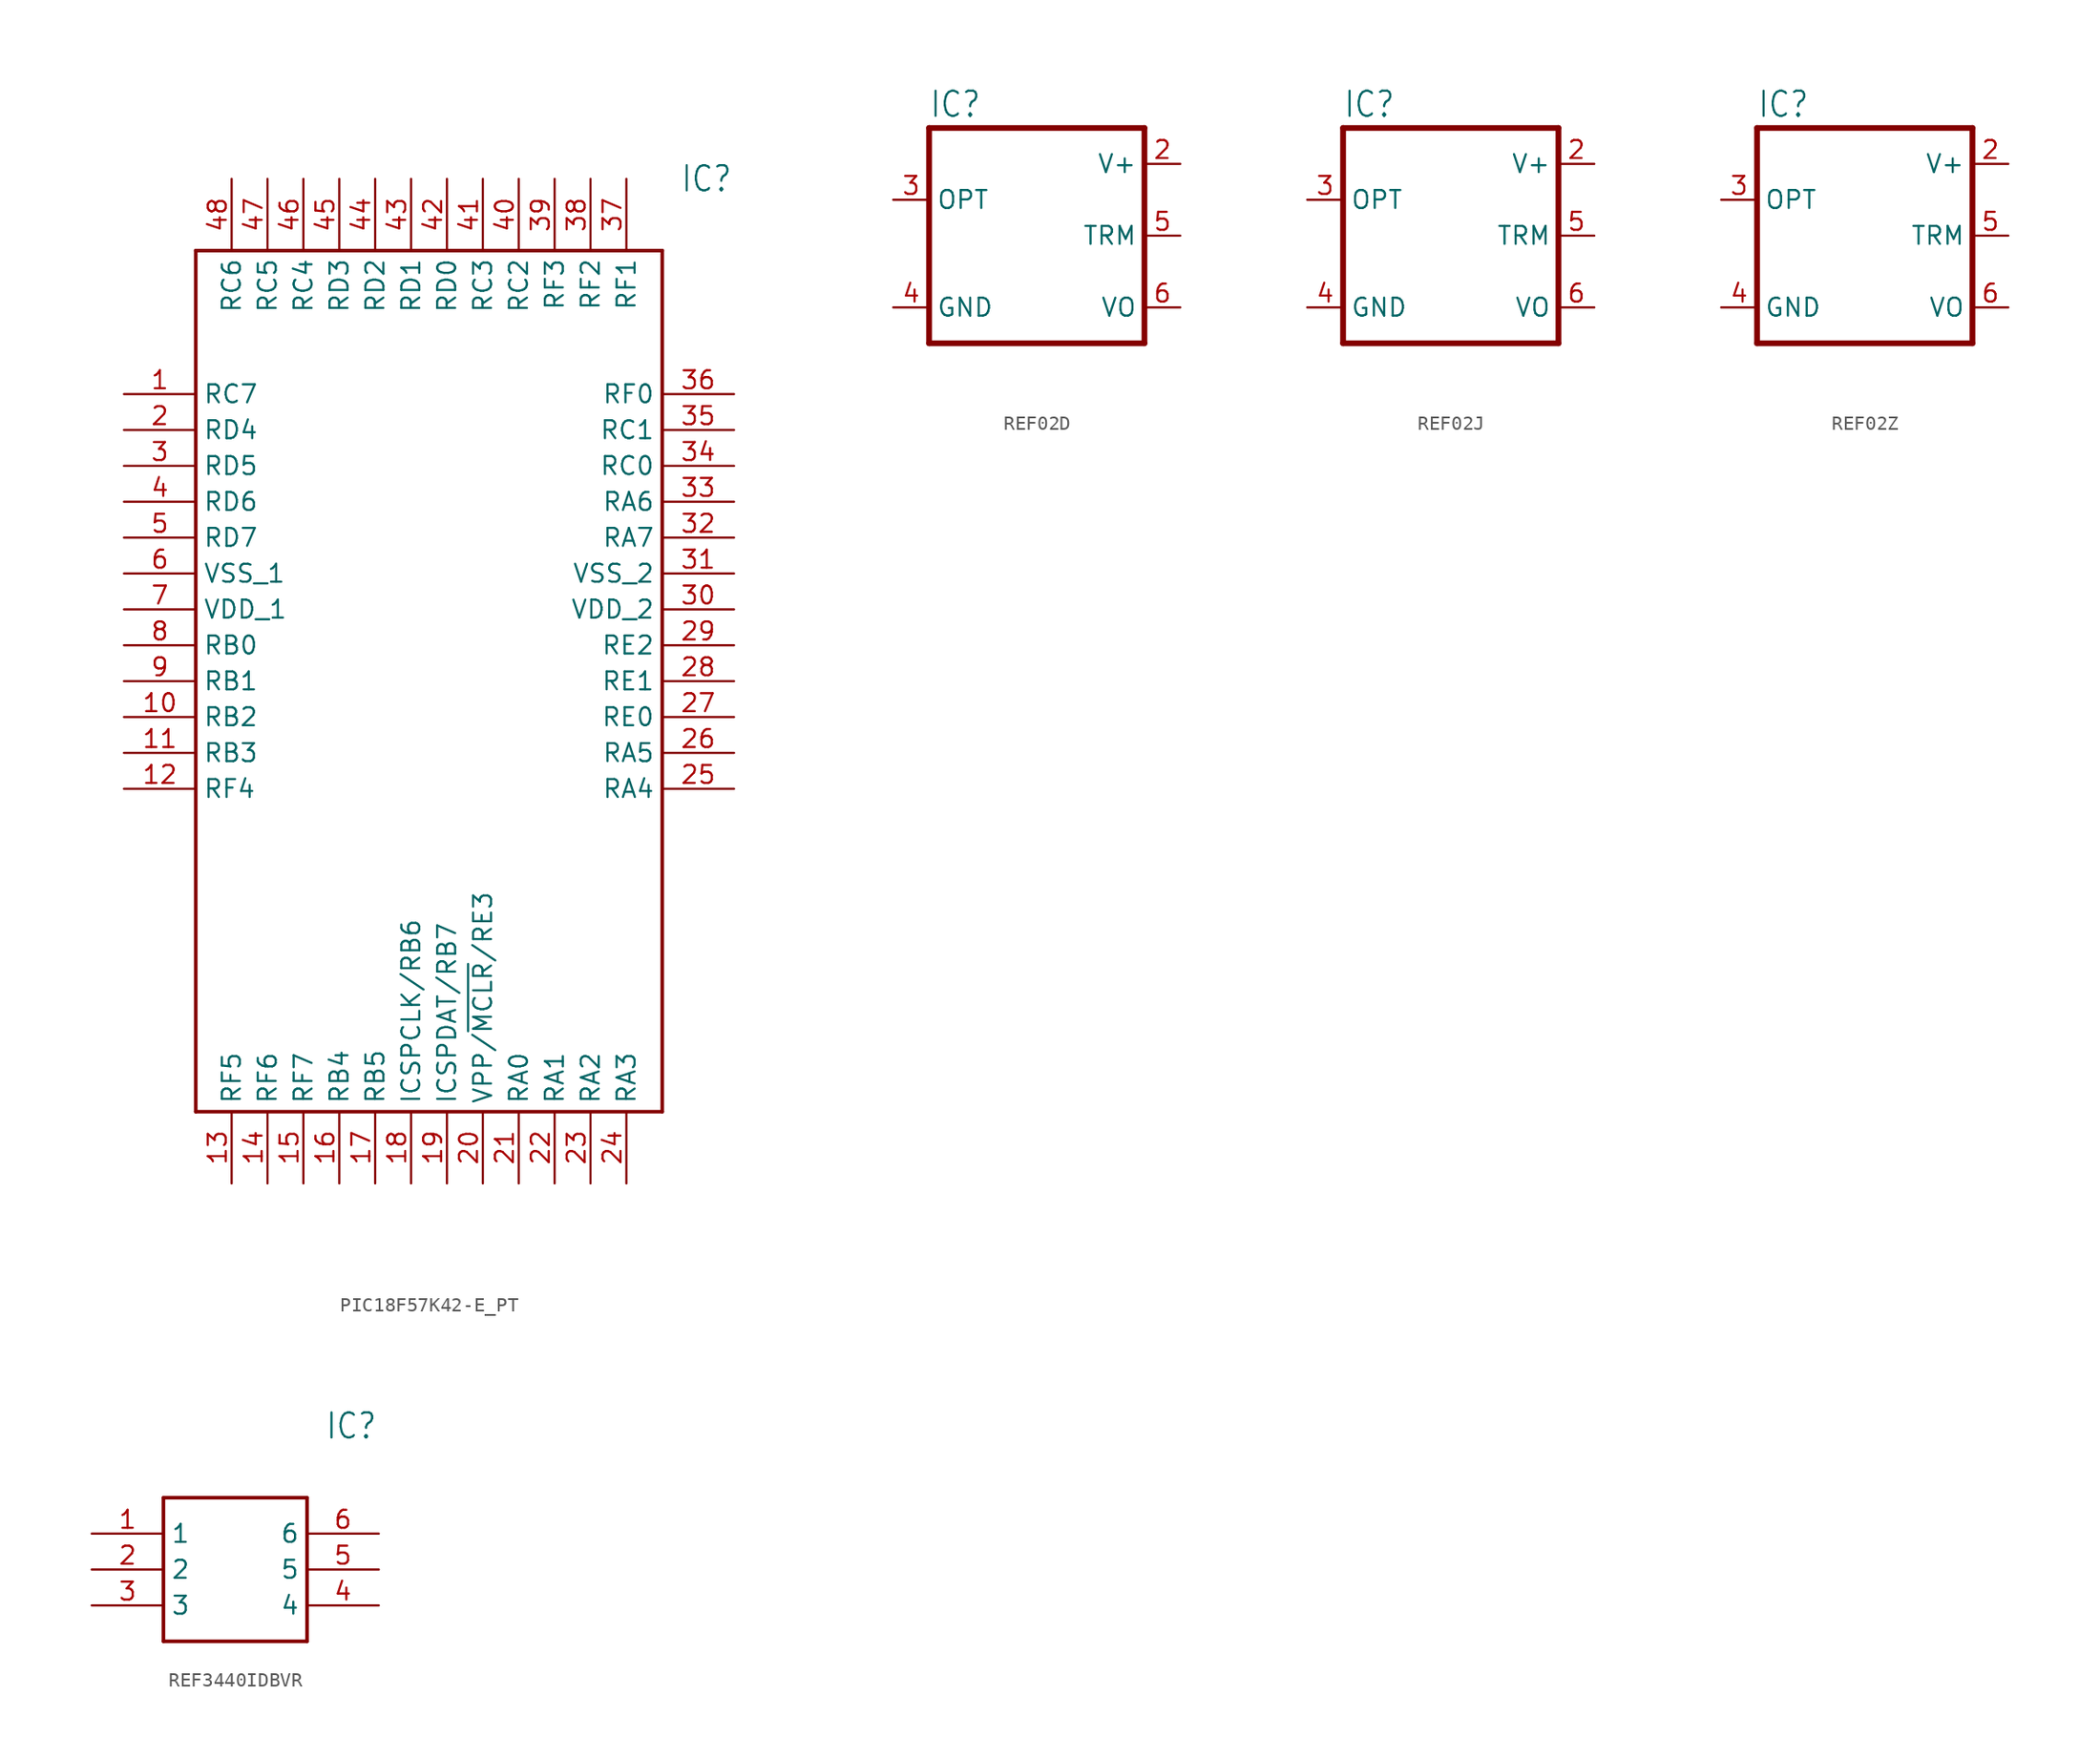
<source format=kicad_sym>
(kicad_symbol_lib
  (version 20231120)
  (generator "kicad_symbol_editor")
  (generator_version "8.0")
  (symbol "PIC18F57K42-E_PT"
    (property "Reference" "IC"
      (at 39.37 15.24 0)
      (effects (font (size 1.778 1.511)) (justify left)))
    (property "Value" ""
      (at 39.37 12.7 0)
      (effects (font (size 1.778 1.511)) (justify left)))
    (property "ki_locked" ""
      (at 0 0 0)
      (effects (font (size 1.27 1.27))))
    (symbol "PIC18F57K42-E_PT_1_0"
      (polyline (pts (xy 5.08 10.16) (xy 5.08 -50.8)) (stroke (width 0.254) (type solid)) (fill (type none)))
      (polyline (pts (xy 5.08 10.16) (xy 38.1 10.16)) (stroke (width 0.254) (type solid)) (fill (type none)))
      (polyline (pts (xy 38.1 -50.8) (xy 5.08 -50.8)) (stroke (width 0.254) (type solid)) (fill (type none)))
      (polyline (pts (xy 38.1 -50.8) (xy 38.1 10.16)) (stroke (width 0.254) (type solid)) (fill (type none)))
      (pin bidirectional line (at 0 0 0) (length 5.08) (name "RC7" (effects (font (size 1.27 1.27)))) (number "1" (effects (font (size 1.27 1.27)))))
      (pin bidirectional line (at 0 -22.86 0) (length 5.08) (name "RB2" (effects (font (size 1.27 1.27)))) (number "10" (effects (font (size 1.27 1.27)))))
      (pin bidirectional line (at 0 -25.4 0) (length 5.08) (name "RB3" (effects (font (size 1.27 1.27)))) (number "11" (effects (font (size 1.27 1.27)))))
      (pin bidirectional line (at 0 -27.94 0) (length 5.08) (name "RF4" (effects (font (size 1.27 1.27)))) (number "12" (effects (font (size 1.27 1.27)))))
      (pin bidirectional line (at 7.62 -55.88 90) (length 5.08) (name "RF5" (effects (font (size 1.27 1.27)))) (number "13" (effects (font (size 1.27 1.27)))))
      (pin bidirectional line (at 10.16 -55.88 90) (length 5.08) (name "RF6" (effects (font (size 1.27 1.27)))) (number "14" (effects (font (size 1.27 1.27)))))
      (pin bidirectional line (at 12.7 -55.88 90) (length 5.08) (name "RF7" (effects (font (size 1.27 1.27)))) (number "15" (effects (font (size 1.27 1.27)))))
      (pin bidirectional line (at 15.24 -55.88 90) (length 5.08) (name "RB4" (effects (font (size 1.27 1.27)))) (number "16" (effects (font (size 1.27 1.27)))))
      (pin bidirectional line (at 17.78 -55.88 90) (length 5.08) (name "RB5" (effects (font (size 1.27 1.27)))) (number "17" (effects (font (size 1.27 1.27)))))
      (pin bidirectional line (at 20.32 -55.88 90) (length 5.08) (name "ICSPCLK/RB6" (effects (font (size 1.27 1.27)))) (number "18" (effects (font (size 1.27 1.27)))))
      (pin bidirectional line (at 22.86 -55.88 90) (length 5.08) (name "ICSPDAT/RB7" (effects (font (size 1.27 1.27)))) (number "19" (effects (font (size 1.27 1.27)))))
      (pin bidirectional line (at 0 -2.54 0) (length 5.08) (name "RD4" (effects (font (size 1.27 1.27)))) (number "2" (effects (font (size 1.27 1.27)))))
      (pin bidirectional line (at 25.4 -55.88 90) (length 5.08) (name "VPP/~{MCLR}/RE3" (effects (font (size 1.27 1.27)))) (number "20" (effects (font (size 1.27 1.27)))))
      (pin bidirectional line (at 27.94 -55.88 90) (length 5.08) (name "RA0" (effects (font (size 1.27 1.27)))) (number "21" (effects (font (size 1.27 1.27)))))
      (pin bidirectional line (at 30.48 -55.88 90) (length 5.08) (name "RA1" (effects (font (size 1.27 1.27)))) (number "22" (effects (font (size 1.27 1.27)))))
      (pin bidirectional line (at 33.02 -55.88 90) (length 5.08) (name "RA2" (effects (font (size 1.27 1.27)))) (number "23" (effects (font (size 1.27 1.27)))))
      (pin bidirectional line (at 35.56 -55.88 90) (length 5.08) (name "RA3" (effects (font (size 1.27 1.27)))) (number "24" (effects (font (size 1.27 1.27)))))
      (pin bidirectional line (at 43.18 -27.94 180) (length 5.08) (name "RA4" (effects (font (size 1.27 1.27)))) (number "25" (effects (font (size 1.27 1.27)))))
      (pin bidirectional line (at 43.18 -25.4 180) (length 5.08) (name "RA5" (effects (font (size 1.27 1.27)))) (number "26" (effects (font (size 1.27 1.27)))))
      (pin bidirectional line (at 43.18 -22.86 180) (length 5.08) (name "RE0" (effects (font (size 1.27 1.27)))) (number "27" (effects (font (size 1.27 1.27)))))
      (pin bidirectional line (at 43.18 -20.32 180) (length 5.08) (name "RE1" (effects (font (size 1.27 1.27)))) (number "28" (effects (font (size 1.27 1.27)))))
      (pin bidirectional line (at 43.18 -17.78 180) (length 5.08) (name "RE2" (effects (font (size 1.27 1.27)))) (number "29" (effects (font (size 1.27 1.27)))))
      (pin bidirectional line (at 0 -5.08 0) (length 5.08) (name "RD5" (effects (font (size 1.27 1.27)))) (number "3" (effects (font (size 1.27 1.27)))))
      (pin bidirectional line (at 43.18 -15.24 180) (length 5.08) (name "VDD_2" (effects (font (size 1.27 1.27)))) (number "30" (effects (font (size 1.27 1.27)))))
      (pin bidirectional line (at 43.18 -12.7 180) (length 5.08) (name "VSS_2" (effects (font (size 1.27 1.27)))) (number "31" (effects (font (size 1.27 1.27)))))
      (pin bidirectional line (at 43.18 -10.16 180) (length 5.08) (name "RA7" (effects (font (size 1.27 1.27)))) (number "32" (effects (font (size 1.27 1.27)))))
      (pin bidirectional line (at 43.18 -7.62 180) (length 5.08) (name "RA6" (effects (font (size 1.27 1.27)))) (number "33" (effects (font (size 1.27 1.27)))))
      (pin bidirectional line (at 43.18 -5.08 180) (length 5.08) (name "RC0" (effects (font (size 1.27 1.27)))) (number "34" (effects (font (size 1.27 1.27)))))
      (pin bidirectional line (at 43.18 -2.54 180) (length 5.08) (name "RC1" (effects (font (size 1.27 1.27)))) (number "35" (effects (font (size 1.27 1.27)))))
      (pin bidirectional line (at 43.18 0 180) (length 5.08) (name "RF0" (effects (font (size 1.27 1.27)))) (number "36" (effects (font (size 1.27 1.27)))))
      (pin bidirectional line (at 35.56 15.24 270) (length 5.08) (name "RF1" (effects (font (size 1.27 1.27)))) (number "37" (effects (font (size 1.27 1.27)))))
      (pin bidirectional line (at 33.02 15.24 270) (length 5.08) (name "RF2" (effects (font (size 1.27 1.27)))) (number "38" (effects (font (size 1.27 1.27)))))
      (pin bidirectional line (at 30.48 15.24 270) (length 5.08) (name "RF3" (effects (font (size 1.27 1.27)))) (number "39" (effects (font (size 1.27 1.27)))))
      (pin bidirectional line (at 0 -7.62 0) (length 5.08) (name "RD6" (effects (font (size 1.27 1.27)))) (number "4" (effects (font (size 1.27 1.27)))))
      (pin bidirectional line (at 27.94 15.24 270) (length 5.08) (name "RC2" (effects (font (size 1.27 1.27)))) (number "40" (effects (font (size 1.27 1.27)))))
      (pin bidirectional line (at 25.4 15.24 270) (length 5.08) (name "RC3" (effects (font (size 1.27 1.27)))) (number "41" (effects (font (size 1.27 1.27)))))
      (pin bidirectional line (at 22.86 15.24 270) (length 5.08) (name "RD0" (effects (font (size 1.27 1.27)))) (number "42" (effects (font (size 1.27 1.27)))))
      (pin bidirectional line (at 20.32 15.24 270) (length 5.08) (name "RD1" (effects (font (size 1.27 1.27)))) (number "43" (effects (font (size 1.27 1.27)))))
      (pin bidirectional line (at 17.78 15.24 270) (length 5.08) (name "RD2" (effects (font (size 1.27 1.27)))) (number "44" (effects (font (size 1.27 1.27)))))
      (pin bidirectional line (at 15.24 15.24 270) (length 5.08) (name "RD3" (effects (font (size 1.27 1.27)))) (number "45" (effects (font (size 1.27 1.27)))))
      (pin bidirectional line (at 12.7 15.24 270) (length 5.08) (name "RC4" (effects (font (size 1.27 1.27)))) (number "46" (effects (font (size 1.27 1.27)))))
      (pin bidirectional line (at 10.16 15.24 270) (length 5.08) (name "RC5" (effects (font (size 1.27 1.27)))) (number "47" (effects (font (size 1.27 1.27)))))
      (pin bidirectional line (at 7.62 15.24 270) (length 5.08) (name "RC6" (effects (font (size 1.27 1.27)))) (number "48" (effects (font (size 1.27 1.27)))))
      (pin bidirectional line (at 0 -10.16 0) (length 5.08) (name "RD7" (effects (font (size 1.27 1.27)))) (number "5" (effects (font (size 1.27 1.27)))))
      (pin bidirectional line (at 0 -12.7 0) (length 5.08) (name "VSS_1" (effects (font (size 1.27 1.27)))) (number "6" (effects (font (size 1.27 1.27)))))
      (pin bidirectional line (at 0 -15.24 0) (length 5.08) (name "VDD_1" (effects (font (size 1.27 1.27)))) (number "7" (effects (font (size 1.27 1.27)))))
      (pin bidirectional line (at 0 -17.78 0) (length 5.08) (name "RB0" (effects (font (size 1.27 1.27)))) (number "8" (effects (font (size 1.27 1.27)))))
      (pin bidirectional line (at 0 -20.32 0) (length 5.08) (name "RB1" (effects (font (size 1.27 1.27)))) (number "9" (effects (font (size 1.27 1.27)))))))
  (symbol "REF02D"
    (property "Reference" "IC"
      (at -7.62 8.255 0)
      (effects (font (size 1.778 1.511)) (justify left bottom)))
    (property "Value" ""
      (at -7.62 -10.16 0)
      (effects (font (size 1.778 1.511)) (justify left bottom)))
    (property "ki_locked" ""
      (at 0 0 0)
      (effects (font (size 1.27 1.27))))
    (symbol "REF02D_1_0"
      (polyline (pts (xy -7.62 -7.62) (xy 7.62 -7.62)) (stroke (width 0.406) (type solid)) (fill (type none)))
      (polyline (pts (xy -7.62 7.62) (xy -7.62 -7.62)) (stroke (width 0.406) (type solid)) (fill (type none)))
      (polyline (pts (xy 7.62 -7.62) (xy 7.62 7.62)) (stroke (width 0.406) (type solid)) (fill (type none)))
      (polyline (pts (xy 7.62 7.62) (xy -7.62 7.62)) (stroke (width 0.406) (type solid)) (fill (type none)))
      (pin power_in line (at 10.16 5.08 180) (length 2.54) (name "V+" (effects (font (size 1.27 1.27)))) (number "2" (effects (font (size 1.27 1.27)))))
      (pin output line (at -10.16 2.54 0) (length 2.54) (name "OPT" (effects (font (size 1.27 1.27)))) (number "3" (effects (font (size 1.27 1.27)))))
      (pin power_in line (at -10.16 -5.08 0) (length 2.54) (name "GND" (effects (font (size 1.27 1.27)))) (number "4" (effects (font (size 1.27 1.27)))))
      (pin input line (at 10.16 0 180) (length 2.54) (name "TRM" (effects (font (size 1.27 1.27)))) (number "5" (effects (font (size 1.27 1.27)))))
      (pin output line (at 10.16 -5.08 180) (length 2.54) (name "VO" (effects (font (size 1.27 1.27)))) (number "6" (effects (font (size 1.27 1.27)))))))
  (symbol "REF02J"
    (property "Reference" "IC"
      (at -7.62 8.255 0)
      (effects (font (size 1.778 1.511)) (justify left bottom)))
    (property "Value" ""
      (at -7.62 -10.16 0)
      (effects (font (size 1.778 1.511)) (justify left bottom)))
    (property "ki_locked" ""
      (at 0 0 0)
      (effects (font (size 1.27 1.27))))
    (symbol "REF02J_1_0"
      (polyline (pts (xy -7.62 -7.62) (xy 7.62 -7.62)) (stroke (width 0.406) (type solid)) (fill (type none)))
      (polyline (pts (xy -7.62 7.62) (xy -7.62 -7.62)) (stroke (width 0.406) (type solid)) (fill (type none)))
      (polyline (pts (xy 7.62 -7.62) (xy 7.62 7.62)) (stroke (width 0.406) (type solid)) (fill (type none)))
      (polyline (pts (xy 7.62 7.62) (xy -7.62 7.62)) (stroke (width 0.406) (type solid)) (fill (type none)))
      (pin power_in line (at 10.16 5.08 180) (length 2.54) (name "V+" (effects (font (size 1.27 1.27)))) (number "2" (effects (font (size 1.27 1.27)))))
      (pin output line (at -10.16 2.54 0) (length 2.54) (name "OPT" (effects (font (size 1.27 1.27)))) (number "3" (effects (font (size 1.27 1.27)))))
      (pin power_in line (at -10.16 -5.08 0) (length 2.54) (name "GND" (effects (font (size 1.27 1.27)))) (number "4" (effects (font (size 1.27 1.27)))))
      (pin input line (at 10.16 0 180) (length 2.54) (name "TRM" (effects (font (size 1.27 1.27)))) (number "5" (effects (font (size 1.27 1.27)))))
      (pin output line (at 10.16 -5.08 180) (length 2.54) (name "VO" (effects (font (size 1.27 1.27)))) (number "6" (effects (font (size 1.27 1.27)))))))
  (symbol "REF02Z"
    (property "Reference" "IC"
      (at -7.62 8.255 0)
      (effects (font (size 1.778 1.511)) (justify left bottom)))
    (property "Value" ""
      (at -7.62 -10.16 0)
      (effects (font (size 1.778 1.511)) (justify left bottom)))
    (property "ki_locked" ""
      (at 0 0 0)
      (effects (font (size 1.27 1.27))))
    (symbol "REF02Z_1_0"
      (polyline (pts (xy -7.62 -7.62) (xy 7.62 -7.62)) (stroke (width 0.406) (type solid)) (fill (type none)))
      (polyline (pts (xy -7.62 7.62) (xy -7.62 -7.62)) (stroke (width 0.406) (type solid)) (fill (type none)))
      (polyline (pts (xy 7.62 -7.62) (xy 7.62 7.62)) (stroke (width 0.406) (type solid)) (fill (type none)))
      (polyline (pts (xy 7.62 7.62) (xy -7.62 7.62)) (stroke (width 0.406) (type solid)) (fill (type none)))
      (pin power_in line (at 10.16 5.08 180) (length 2.54) (name "V+" (effects (font (size 1.27 1.27)))) (number "2" (effects (font (size 1.27 1.27)))))
      (pin output line (at -10.16 2.54 0) (length 2.54) (name "OPT" (effects (font (size 1.27 1.27)))) (number "3" (effects (font (size 1.27 1.27)))))
      (pin power_in line (at -10.16 -5.08 0) (length 2.54) (name "GND" (effects (font (size 1.27 1.27)))) (number "4" (effects (font (size 1.27 1.27)))))
      (pin input line (at 10.16 0 180) (length 2.54) (name "TRM" (effects (font (size 1.27 1.27)))) (number "5" (effects (font (size 1.27 1.27)))))
      (pin output line (at 10.16 -5.08 180) (length 2.54) (name "VO" (effects (font (size 1.27 1.27)))) (number "6" (effects (font (size 1.27 1.27)))))))
  (symbol "REF3440IDBVR"
    (property "Reference" "IC"
      (at 16.51 7.62 0)
      (effects (font (size 1.778 1.511)) (justify left)))
    (property "Value" ""
      (at 16.51 5.08 0)
      (effects (font (size 1.778 1.511)) (justify left)))
    (property "ki_locked" ""
      (at 0 0 0)
      (effects (font (size 1.27 1.27))))
    (symbol "REF3440IDBVR_1_0"
      (polyline (pts (xy 5.08 2.54) (xy 5.08 -7.62)) (stroke (width 0.254) (type solid)) (fill (type none)))
      (polyline (pts (xy 5.08 2.54) (xy 15.24 2.54)) (stroke (width 0.254) (type solid)) (fill (type none)))
      (polyline (pts (xy 15.24 -7.62) (xy 5.08 -7.62)) (stroke (width 0.254) (type solid)) (fill (type none)))
      (polyline (pts (xy 15.24 -7.62) (xy 15.24 2.54)) (stroke (width 0.254) (type solid)) (fill (type none)))
      (pin bidirectional line (at 0 0 0) (length 5.08) (name "1" (effects (font (size 1.27 1.27)))) (number "1" (effects (font (size 1.27 1.27)))))
      (pin bidirectional line (at 0 -2.54 0) (length 5.08) (name "2" (effects (font (size 1.27 1.27)))) (number "2" (effects (font (size 1.27 1.27)))))
      (pin bidirectional line (at 0 -5.08 0) (length 5.08) (name "3" (effects (font (size 1.27 1.27)))) (number "3" (effects (font (size 1.27 1.27)))))
      (pin bidirectional line (at 20.32 -5.08 180) (length 5.08) (name "4" (effects (font (size 1.27 1.27)))) (number "4" (effects (font (size 1.27 1.27)))))
      (pin bidirectional line (at 20.32 -2.54 180) (length 5.08) (name "5" (effects (font (size 1.27 1.27)))) (number "5" (effects (font (size 1.27 1.27)))))
      (pin bidirectional line (at 20.32 0 180) (length 5.08) (name "6" (effects (font (size 1.27 1.27)))) (number "6" (effects (font (size 1.27 1.27))))))))
</source>
